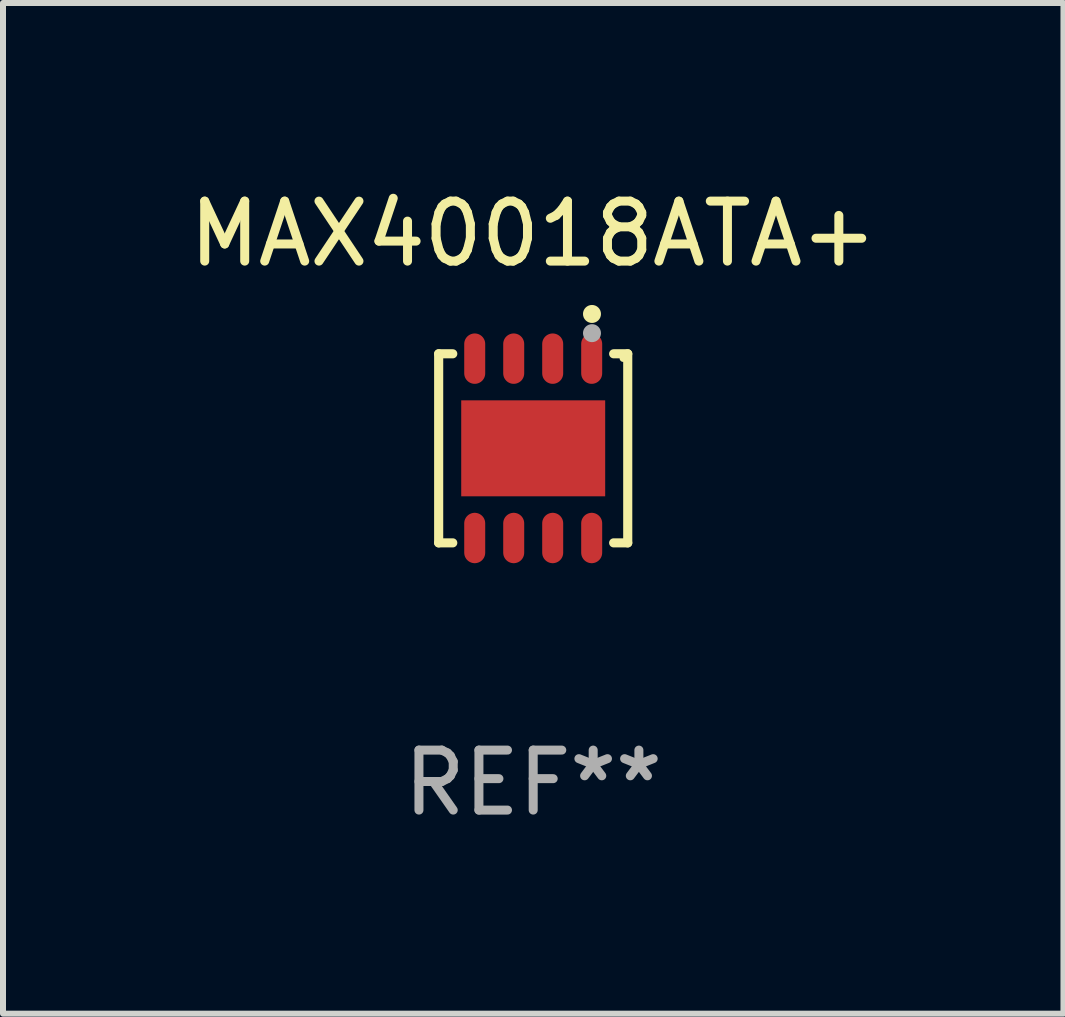
<source format=kicad_pcb>
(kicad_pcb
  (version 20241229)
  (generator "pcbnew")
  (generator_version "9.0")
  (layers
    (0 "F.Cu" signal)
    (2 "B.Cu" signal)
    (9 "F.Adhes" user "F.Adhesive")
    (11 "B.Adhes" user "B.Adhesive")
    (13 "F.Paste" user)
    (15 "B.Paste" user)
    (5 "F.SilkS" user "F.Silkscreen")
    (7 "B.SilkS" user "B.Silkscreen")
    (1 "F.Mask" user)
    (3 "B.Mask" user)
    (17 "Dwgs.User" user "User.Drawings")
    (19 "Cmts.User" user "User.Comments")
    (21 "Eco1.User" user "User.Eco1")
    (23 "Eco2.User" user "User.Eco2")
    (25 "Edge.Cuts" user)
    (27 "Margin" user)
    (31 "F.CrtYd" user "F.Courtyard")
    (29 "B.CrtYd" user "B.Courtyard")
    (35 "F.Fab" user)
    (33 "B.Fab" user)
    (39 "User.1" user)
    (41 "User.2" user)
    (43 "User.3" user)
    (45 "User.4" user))
  (footprint "MAX40018ATA+"
    (layer "F.Cu")
    (at 5.839 4.424)
    (property "Reference" "MAX40018ATA+" (at 0 -3.576 0) (layer "F.SilkS") (effects (font (size 1 1) (thickness 0.15))))
    (attr through_hole)
    (fp_line (start -1.576 -1.576) (end -1.576 1.576) (stroke (width 0.152) (type solid)) (layer "F.SilkS"))
    (fp_line (start -1.576 1.576) (end -1.341 1.576) (stroke (width 0.152) (type solid)) (layer "F.SilkS"))
    (fp_line (start -1.341 -1.576) (end -1.576 -1.576) (stroke (width 0.152) (type solid)) (layer "F.SilkS"))
    (fp_line (start 1.341 -1.576) (end 1.576 -1.576) (stroke (width 0.152) (type solid)) (layer "F.SilkS"))
    (fp_line (start 1.576 -1.576) (end 1.576 1.576) (stroke (width 0.152) (type solid)) (layer "F.SilkS"))
    (fp_line (start 1.576 1.576) (end 1.341 1.576) (stroke (width 0.152) (type solid)) (layer "F.SilkS"))
    (fp_circle (center 0.98 -2.24) (end 1.055 -2.24) (stroke (width 0.15) (type solid)) (fill no) (layer "F.SilkS"))
    (fp_circle (center 1.5 -1.5) (end 1.53 -1.5) (stroke (width 0.06) (type solid)) (fill no) (layer "F.SilkS"))
    (fp_circle (center 0.98 -1.92) (end 1.055 -1.92) (stroke (width 0.15) (type solid)) (fill no) (layer "F.Fab"))
    (fp_text user "REF**" (at 0 5.576 0) (layer "F.Fab") (effects (font (size 1 1) (thickness 0.15))))
    (pad "1" smd oval (at 0.975 -1.495) (size 0.35 0.84) (layers "F.Cu" "F.Mask" "F.Paste"))
    (pad "2" smd oval (at 0.325 -1.495) (size 0.35 0.84) (layers "F.Cu" "F.Mask" "F.Paste"))
    (pad "3" smd oval (at -0.325 -1.495) (size 0.35 0.84) (layers "F.Cu" "F.Mask" "F.Paste"))
    (pad "4" smd oval (at -0.975 -1.495) (size 0.35 0.84) (layers "F.Cu" "F.Mask" "F.Paste"))
    (pad "5" smd oval (at -0.975 1.495) (size 0.35 0.84) (layers "F.Cu" "F.Mask" "F.Paste"))
    (pad "6" smd oval (at -0.325 1.495) (size 0.35 0.84) (layers "F.Cu" "F.Mask" "F.Paste"))
    (pad "7" smd oval (at 0.325 1.495) (size 0.35 0.84) (layers "F.Cu" "F.Mask" "F.Paste"))
    (pad "8" smd oval (at 0.975 1.495) (size 0.35 0.84) (layers "F.Cu" "F.Mask" "F.Paste"))
    (pad "9" smd rect (at 0 0) (size 2.4 1.6) (layers "F.Cu" "F.Mask" "F.Paste")))
  (gr_rect
    (start -3 -3)
    (end 14.679 13.849)
    (stroke (width 0.1) (type default))
    (fill no)
    (layer "Edge.Cuts")))
</source>
